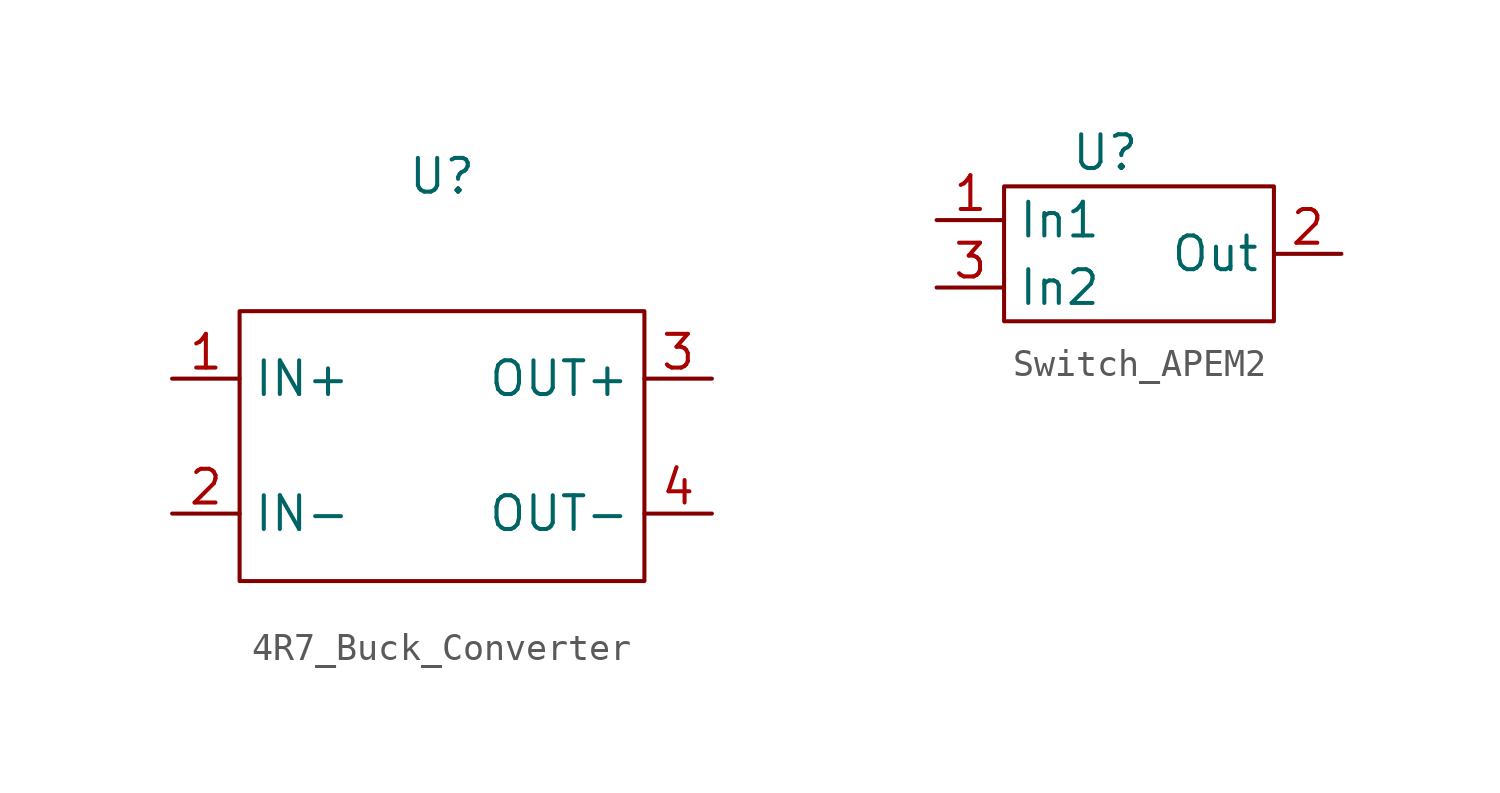
<source format=kicad_sym>
(kicad_symbol_lib
  (version 20220914)
  (generator kicad_symbol_editor)
  (symbol "4R7_Buck_Converter"
    (property "Reference" "U"
      (at 0 10.16 0)
      (effects (font (size 1.27 1.27))))
    (symbol "4R7_Buck_Converter_0_1"
      (rectangle (start -7.62 5.08) (end 7.62 -5.08) (stroke (width 0) (type default)) (fill (type none))))
    (symbol "4R7_Buck_Converter_1_1"
      (pin power_in line (at -10.16 2.54 0) (length 2.54) (name "IN+" (effects (font (size 1.27 1.27)))) (number "1" (effects (font (size 1.27 1.27)))))
      (pin power_in line (at -10.16 -2.54 0) (length 2.54) (name "IN-" (effects (font (size 1.27 1.27)))) (number "2" (effects (font (size 1.27 1.27)))))
      (pin power_out line (at 10.16 2.54 180) (length 2.54) (name "OUT+" (effects (font (size 1.27 1.27)))) (number "3" (effects (font (size 1.27 1.27)))))
      (pin power_out line (at 10.16 -2.54 180) (length 2.54) (name "OUT-" (effects (font (size 1.27 1.27)))) (number "4" (effects (font (size 1.27 1.27)))))))
  (symbol "Switch_APEM2"
    (property "Reference" "U"
      (at 0 2.54 0)
      (effects (font (size 1.27 1.27))))
    (property "Value" ""
      (at -3.81 2.54 0)
      (effects (font (size 1.27 1.27))))
    (symbol "Switch_APEM2_0_1"
      (rectangle (start -3.81 1.27) (end 6.35 -3.81) (stroke (width 0) (type default)) (fill (type none))))
    (symbol "Switch_APEM2_1_1"
      (pin passive line (at -6.35 0 0) (length 2.54) (name "In1" (effects (font (size 1.27 1.27)))) (number "1" (effects (font (size 1.27 1.27)))))
      (pin passive line (at 8.89 -1.27 180) (length 2.54) (name "Out" (effects (font (size 1.27 1.27)))) (number "2" (effects (font (size 1.27 1.27)))))
      (pin passive line (at -6.35 -2.54 0) (length 2.54) (name "In2" (effects (font (size 1.27 1.27)))) (number "3" (effects (font (size 1.27 1.27))))))))
</source>
